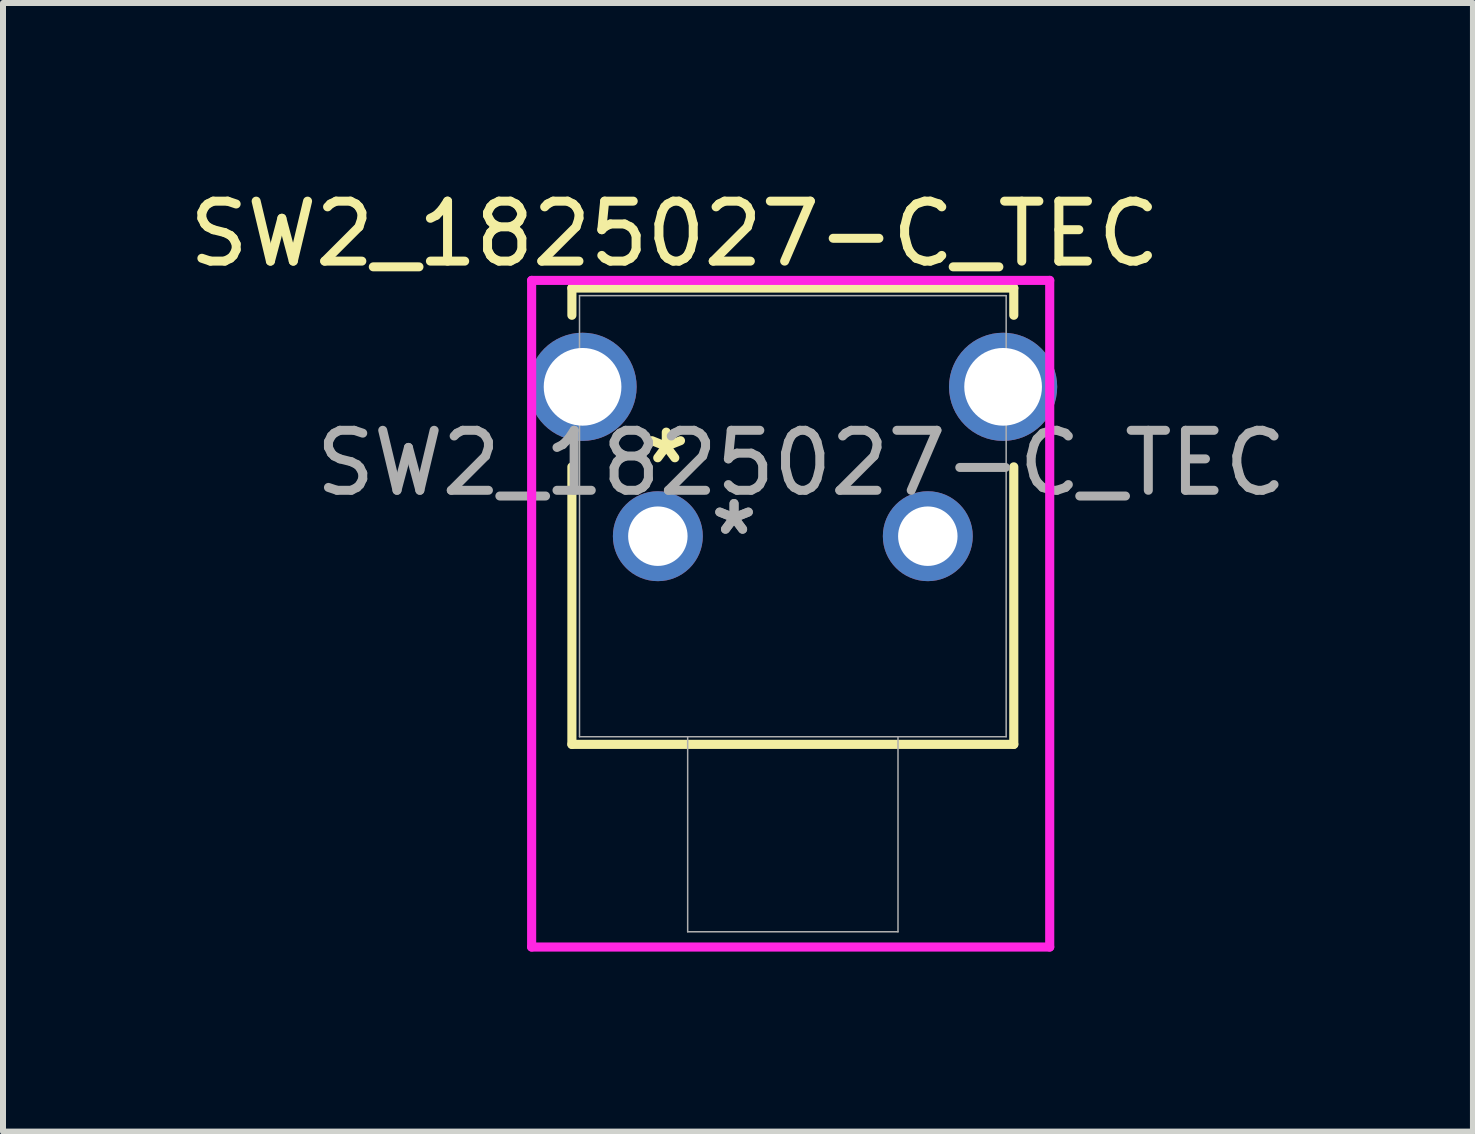
<source format=kicad_pcb>
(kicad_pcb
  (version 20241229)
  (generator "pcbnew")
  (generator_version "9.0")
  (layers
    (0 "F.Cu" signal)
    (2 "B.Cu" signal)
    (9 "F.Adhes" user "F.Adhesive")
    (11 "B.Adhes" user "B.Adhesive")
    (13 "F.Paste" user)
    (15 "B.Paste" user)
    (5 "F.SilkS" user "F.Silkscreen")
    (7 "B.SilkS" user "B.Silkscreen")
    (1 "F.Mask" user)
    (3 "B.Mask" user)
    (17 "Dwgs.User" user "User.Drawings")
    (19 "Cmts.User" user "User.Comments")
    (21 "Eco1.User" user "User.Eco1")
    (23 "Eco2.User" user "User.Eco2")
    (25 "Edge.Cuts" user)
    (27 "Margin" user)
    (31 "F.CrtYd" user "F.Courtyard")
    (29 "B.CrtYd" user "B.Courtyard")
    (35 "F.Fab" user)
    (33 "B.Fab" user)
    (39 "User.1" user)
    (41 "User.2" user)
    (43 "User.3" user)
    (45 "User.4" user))
  (footprint "SW2_1825027-C_TEC"
    (layer "F.Cu")
    (at 7.916 5.888)
    (property "Reference" "SW2_1825027-C_TEC" (at 0.28 -5.04 0) (unlocked yes) (layer "F.SilkS") (effects (font (size 1 1) (thickness 0.15))))
    (attr through_hole)
    (fp_line (start -1.433 -4.137) (end -1.433 -3.683) (stroke (width 0.152) (type solid)) (layer "F.SilkS"))
    (fp_line (start -1.433 -1.156) (end -1.433 3.47) (stroke (width 0.152) (type solid)) (layer "F.SilkS"))
    (fp_line (start -1.433 3.47) (end 5.933 3.47) (stroke (width 0.152) (type solid)) (layer "F.SilkS"))
    (fp_line (start 5.933 -4.137) (end -1.433 -4.137) (stroke (width 0.152) (type solid)) (layer "F.SilkS"))
    (fp_line (start 5.933 -3.683) (end 5.933 -4.137) (stroke (width 0.152) (type solid)) (layer "F.SilkS"))
    (fp_line (start 5.933 3.47) (end 5.933 -1.156) (stroke (width 0.152) (type solid)) (layer "F.SilkS"))
    (fp_line (start -2.104 -4.264) (end -2.104 6.848) (stroke (width 0.152) (type solid)) (layer "F.CrtYd"))
    (fp_line (start -2.104 6.848) (end 6.532 6.848) (stroke (width 0.152) (type solid)) (layer "F.CrtYd"))
    (fp_line (start 6.532 -4.264) (end -2.104 -4.264) (stroke (width 0.152) (type solid)) (layer "F.CrtYd"))
    (fp_line (start 6.532 6.848) (end 6.532 -4.264) (stroke (width 0.152) (type solid)) (layer "F.CrtYd"))
    (fp_line (start -1.306 -4.01) (end -1.306 3.343) (stroke (width 0.025) (type solid)) (layer "F.Fab"))
    (fp_line (start -1.306 3.343) (end 5.806 3.343) (stroke (width 0.025) (type solid)) (layer "F.Fab"))
    (fp_line (start 0.497 3.343) (end 0.497 6.594) (stroke (width 0.025) (type solid)) (layer "F.Fab"))
    (fp_line (start 0.497 6.594) (end 4.003 6.594) (stroke (width 0.025) (type solid)) (layer "F.Fab"))
    (fp_line (start 4.003 3.343) (end 4.003 6.594) (stroke (width 0.025) (type solid)) (layer "F.Fab"))
    (fp_line (start 5.806 -4.01) (end -1.306 -4.01) (stroke (width 0.025) (type solid)) (layer "F.Fab"))
    (fp_line (start 5.806 3.343) (end 5.806 -4.01) (stroke (width 0.025) (type solid)) (layer "F.Fab"))
    (fp_text user "*" (at 0.14 -1.19 0) (layer "F.SilkS") (effects (font (size 1 1) (thickness 0.15))))
    (fp_text user "*" (at 1.27 0 0) (unlocked yes) (layer "F.Fab") (effects (font (size 1 1) (thickness 0.15))))
    (fp_text user "*" (at 1.27 0 0) (layer "F.Fab") (effects (font (size 1 1) (thickness 0.15))))
    (fp_text user "${REFERENCE}" (at 2.39 -1.22 0) (unlocked yes) (layer "F.Fab") (effects (font (size 1 1) (thickness 0.15))))
    (pad "" thru_hole circle (at -1.255 -2.49) (size 1.803 1.803) (drill 1.295) (layers "*.Cu" "*.Mask"))
    (pad "" thru_hole circle (at 5.755 -2.49) (size 1.803 1.803) (drill 1.295) (layers "*.Cu" "*.Mask"))
    (pad "1" thru_hole circle (at 0 0) (size 1.499 1.499) (drill 0.991) (layers "*.Cu" "*.Mask"))
    (pad "2" thru_hole circle (at 4.5 0) (size 1.499 1.499) (drill 0.991) (layers "*.Cu" "*.Mask")))
  (gr_rect
    (start -3 -3)
    (end 21.503 15.813)
    (stroke (width 0.1) (type default))
    (fill no)
    (layer "Edge.Cuts")))
</source>
